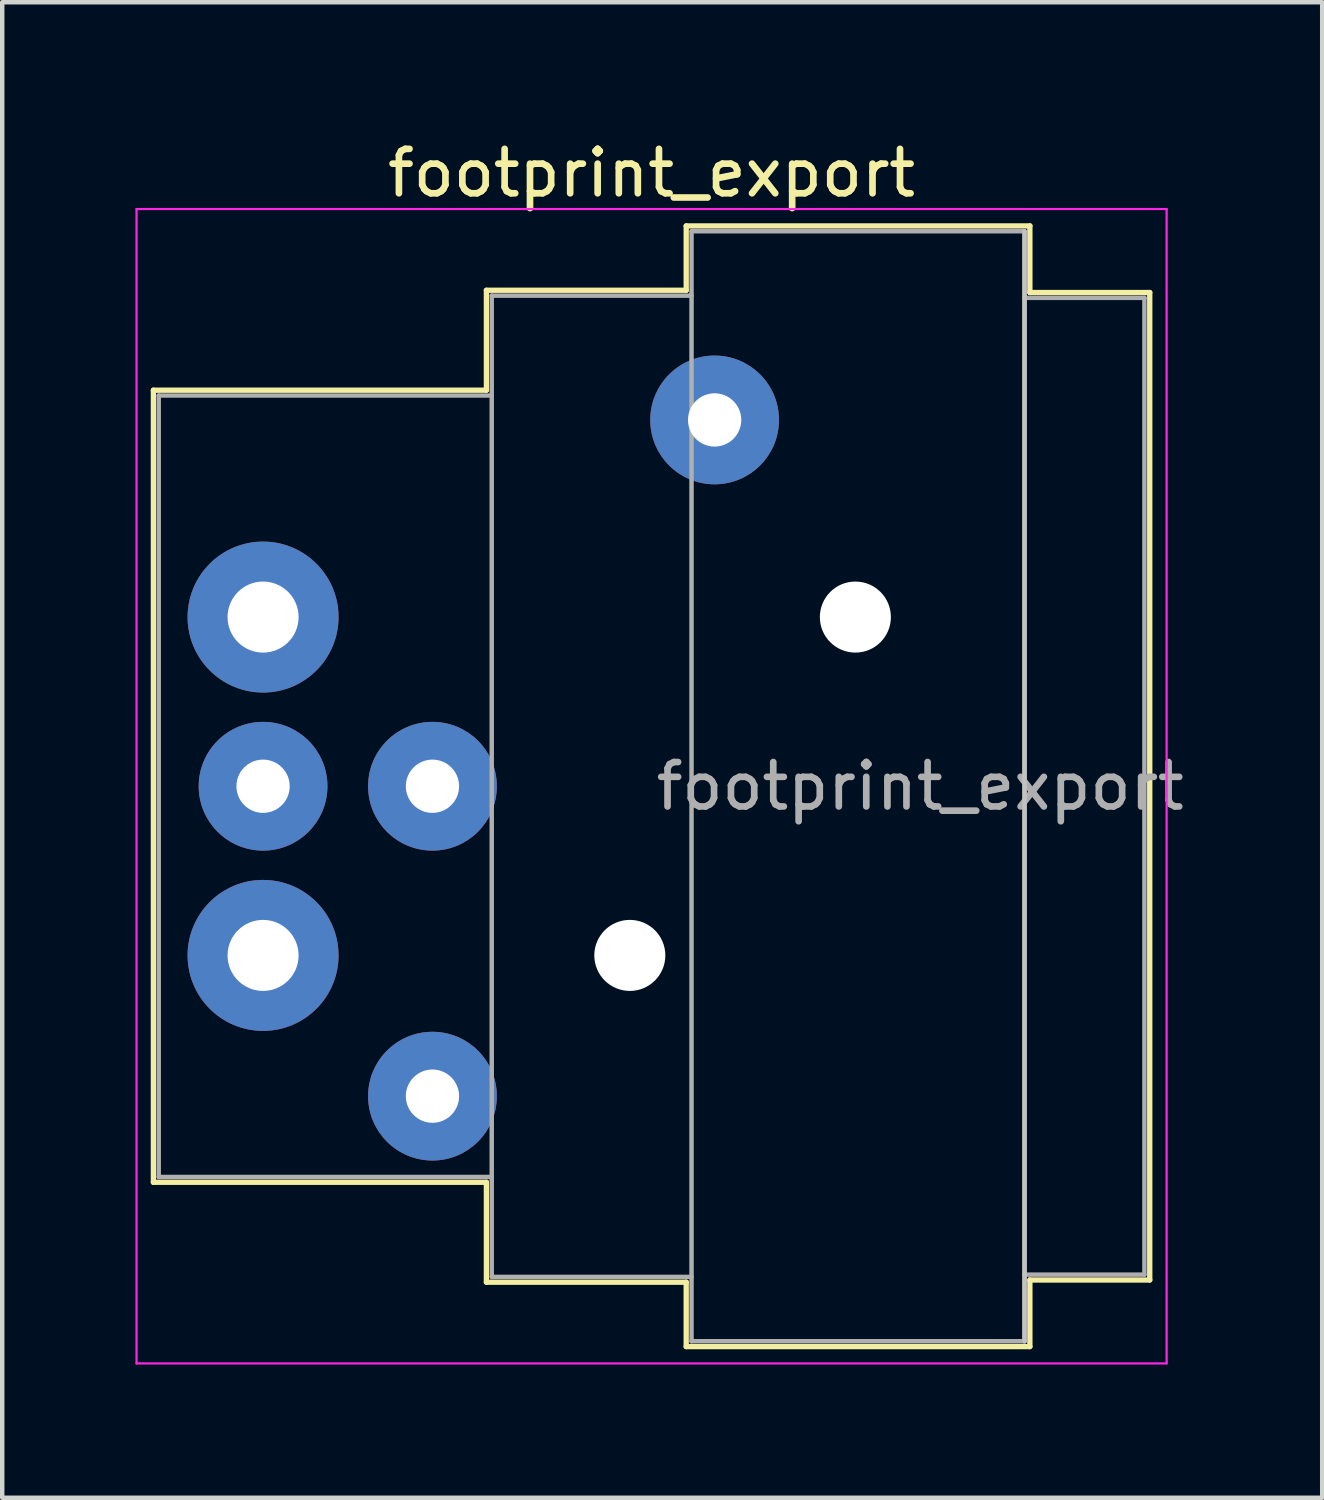
<source format=kicad_pcb>
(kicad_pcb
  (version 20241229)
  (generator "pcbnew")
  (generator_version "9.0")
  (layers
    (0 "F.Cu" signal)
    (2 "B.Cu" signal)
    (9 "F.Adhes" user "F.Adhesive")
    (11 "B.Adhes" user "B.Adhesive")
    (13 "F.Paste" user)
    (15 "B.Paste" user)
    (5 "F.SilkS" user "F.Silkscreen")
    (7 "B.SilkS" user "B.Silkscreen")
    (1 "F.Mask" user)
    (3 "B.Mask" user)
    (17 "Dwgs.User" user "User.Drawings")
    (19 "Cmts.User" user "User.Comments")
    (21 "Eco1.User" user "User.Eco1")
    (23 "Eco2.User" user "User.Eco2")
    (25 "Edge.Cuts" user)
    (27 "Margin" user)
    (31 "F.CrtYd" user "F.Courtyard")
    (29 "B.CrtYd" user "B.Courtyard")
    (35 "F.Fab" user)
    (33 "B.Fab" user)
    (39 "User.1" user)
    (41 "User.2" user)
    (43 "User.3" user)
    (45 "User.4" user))
  (footprint "footprint_export"
    (layer "F.Cu")
    (at 2.875 10.848)
    (property "Reference" "footprint_export" (at 8.75 -10 0) (layer "F.SilkS") (effects (font (size 1 1) (thickness 0.15))))
    (attr through_hole)
    (fp_line (start -2.47 -5.11) (end -2.47 12.73) (stroke (width 0.12) (type solid)) (layer "F.SilkS"))
    (fp_line (start 5.03 -5.11) (end -2.47 -5.11) (stroke (width 0.12) (type solid)) (layer "F.SilkS"))
    (fp_line (start 5.03 -5.11) (end 5.03 -7.36) (stroke (width 0.12) (type solid)) (layer "F.SilkS"))
    (fp_line (start 5.03 12.73) (end -2.47 12.73) (stroke (width 0.12) (type solid)) (layer "F.SilkS"))
    (fp_line (start 5.03 12.73) (end 5.03 14.98) (stroke (width 0.12) (type solid)) (layer "F.SilkS"))
    (fp_line (start 9.53 -7.36) (end 5.03 -7.36) (stroke (width 0.12) (type solid)) (layer "F.SilkS"))
    (fp_line (start 9.53 -7.36) (end 9.53 -8.81) (stroke (width 0.12) (type solid)) (layer "F.SilkS"))
    (fp_line (start 9.53 14.98) (end 5.03 14.98) (stroke (width 0.12) (type solid)) (layer "F.SilkS"))
    (fp_line (start 9.53 16.43) (end 9.53 14.98) (stroke (width 0.12) (type solid)) (layer "F.SilkS"))
    (fp_line (start 17.27 -8.81) (end 9.53 -8.81) (stroke (width 0.12) (type solid)) (layer "F.SilkS"))
    (fp_line (start 17.27 -8.81) (end 17.27 -7.31) (stroke (width 0.12) (type solid)) (layer "F.SilkS"))
    (fp_line (start 17.27 -7.31) (end 19.97 -7.31) (stroke (width 0.12) (type solid)) (layer "F.SilkS"))
    (fp_line (start 17.27 14.93) (end 17.27 16.43) (stroke (width 0.12) (type solid)) (layer "F.SilkS"))
    (fp_line (start 17.27 14.93) (end 19.97 14.93) (stroke (width 0.12) (type solid)) (layer "F.SilkS"))
    (fp_line (start 17.27 16.43) (end 9.53 16.43) (stroke (width 0.12) (type solid)) (layer "F.SilkS"))
    (fp_line (start 19.97 -7.31) (end 19.97 14.93) (stroke (width 0.12) (type solid)) (layer "F.SilkS"))
    (fp_line (start 17.15 -8.69) (end 17.15 16.31) (stroke (width 0.1) (type solid)) (layer "Dwgs.User"))
    (fp_line (start -2.85 -9.19) (end -2.85 16.81) (stroke (width 0.05) (type solid)) (layer "F.CrtYd"))
    (fp_line (start 20.35 -9.19) (end -2.85 -9.19) (stroke (width 0.05) (type solid)) (layer "F.CrtYd"))
    (fp_line (start 20.35 -9.19) (end 20.35 16.81) (stroke (width 0.05) (type solid)) (layer "F.CrtYd"))
    (fp_line (start 20.35 16.81) (end -2.85 16.81) (stroke (width 0.05) (type solid)) (layer "F.CrtYd"))
    (fp_line (start -2.35 -4.99) (end -2.35 12.61) (stroke (width 0.1) (type solid)) (layer "F.Fab"))
    (fp_line (start 5.15 -4.99) (end -2.35 -4.99) (stroke (width 0.1) (type solid)) (layer "F.Fab"))
    (fp_line (start 5.15 12.61) (end -2.35 12.61) (stroke (width 0.1) (type solid)) (layer "F.Fab"))
    (fp_line (start 5.15 14.86) (end 5.15 -7.24) (stroke (width 0.1) (type solid)) (layer "F.Fab"))
    (fp_line (start 5.15 14.86) (end 9.65 14.86) (stroke (width 0.1) (type solid)) (layer "F.Fab"))
    (fp_line (start 9.65 -8.69) (end 17.15 -8.69) (stroke (width 0.1) (type solid)) (layer "F.Fab"))
    (fp_line (start 9.65 -7.24) (end 5.15 -7.24) (stroke (width 0.1) (type solid)) (layer "F.Fab"))
    (fp_line (start 9.65 16.31) (end 9.65 -8.69) (stroke (width 0.1) (type solid)) (layer "F.Fab"))
    (fp_line (start 17.15 -8.69) (end 17.15 16.31) (stroke (width 0.1) (type solid)) (layer "F.Fab"))
    (fp_line (start 17.15 -7.19) (end 19.85 -7.19) (stroke (width 0.1) (type solid)) (layer "F.Fab"))
    (fp_line (start 17.15 16.31) (end 9.65 16.31) (stroke (width 0.1) (type solid)) (layer "F.Fab"))
    (fp_line (start 19.85 -7.19) (end 19.85 14.81) (stroke (width 0.1) (type solid)) (layer "F.Fab"))
    (fp_line (start 19.85 14.81) (end 17.15 14.81) (stroke (width 0.1) (type solid)) (layer "F.Fab"))
    (fp_text user "${REFERENCE}" (at 14.8 3.81 0) (layer "F.Fab") (effects (font (size 1 1) (thickness 0.15))))
    (pad "" np_thru_hole circle (at 8.26 7.62) (size 1.6 1.6) (drill 1.6) (layers "*.Cu" "*.Mask"))
    (pad "" np_thru_hole circle (at 13.34 0) (size 1.6 1.6) (drill 1.6) (layers "*.Cu" "*.Mask"))
    (pad "1" thru_hole circle (at 0 0) (size 3.4 3.4) (drill 1.6) (layers "*.Cu" "*.Mask"))
    (pad "2" thru_hole circle (at 3.815 3.81) (size 2.9 2.9) (drill 1.2) (layers "*.Cu" "*.Mask"))
    (pad "3" thru_hole circle (at 0 3.81) (size 2.9 2.9) (drill 1.2) (layers "*.Cu" "*.Mask"))
    (pad "4" thru_hole circle (at 3.815 10.79) (size 2.9 2.9) (drill 1.2) (layers "*.Cu" "*.Mask"))
    (pad "5" thru_hole circle (at 0 7.62) (size 3.4 3.4) (drill 1.6) (layers "*.Cu" "*.Mask"))
    (pad "G" thru_hole circle (at 10.17 -4.44) (size 2.9 2.9) (drill 1.2) (layers "*.Cu" "*.Mask")))
  (gr_rect
    (start -3 -3)
    (end 26.729 30.683)
    (stroke (width 0.1) (type default))
    (fill no)
    (layer "Edge.Cuts")))
</source>
